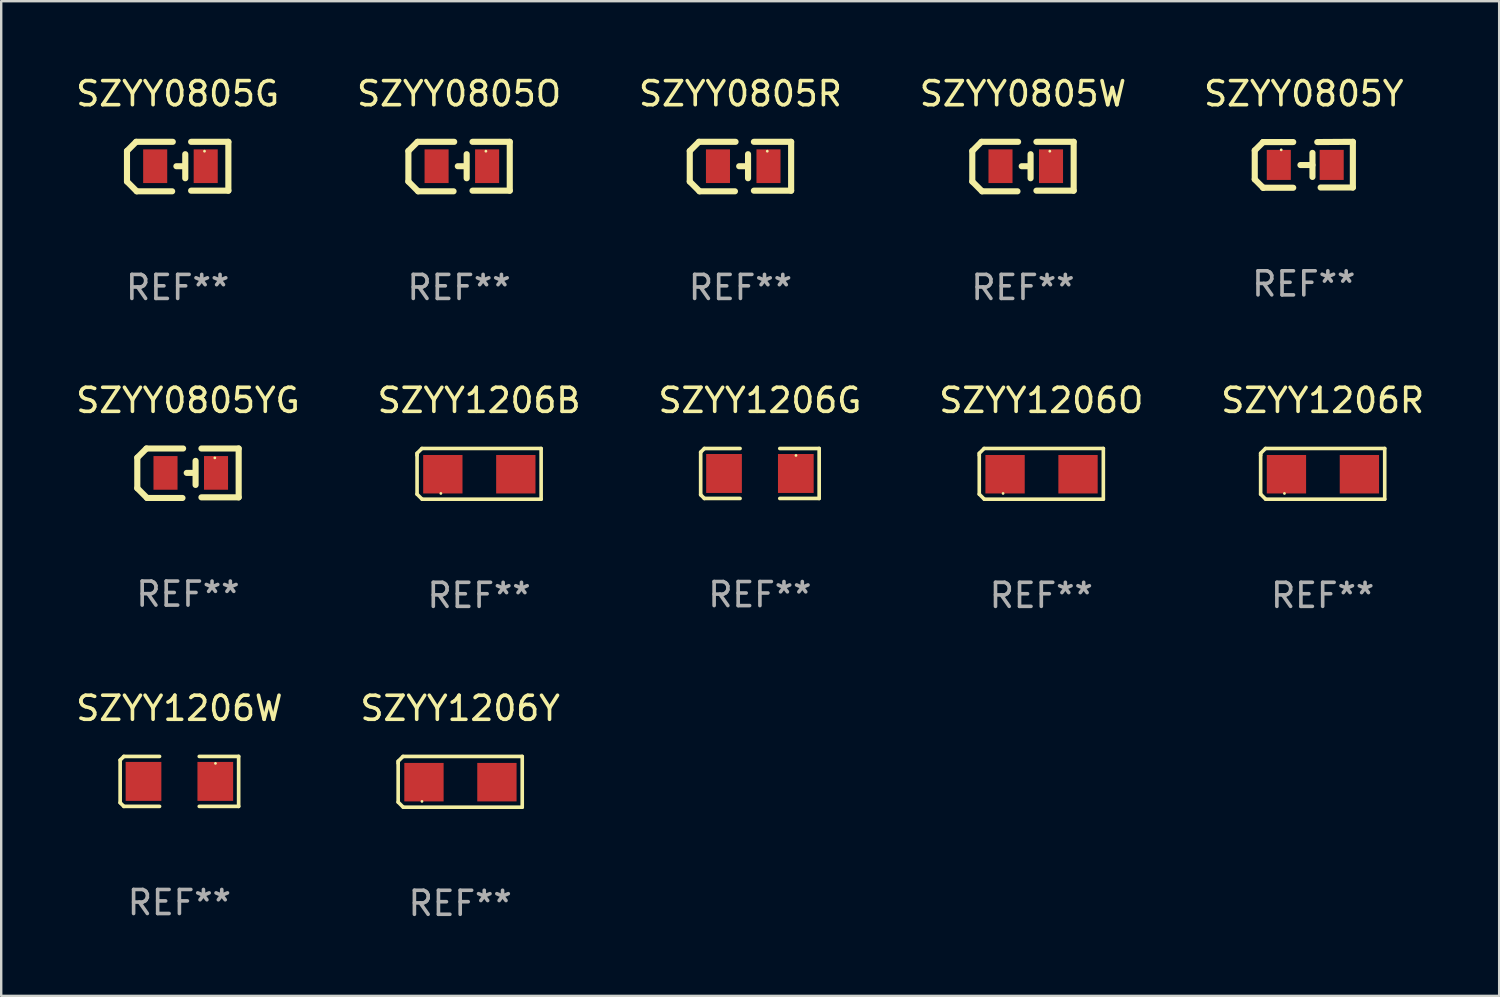
<source format=kicad_pcb>
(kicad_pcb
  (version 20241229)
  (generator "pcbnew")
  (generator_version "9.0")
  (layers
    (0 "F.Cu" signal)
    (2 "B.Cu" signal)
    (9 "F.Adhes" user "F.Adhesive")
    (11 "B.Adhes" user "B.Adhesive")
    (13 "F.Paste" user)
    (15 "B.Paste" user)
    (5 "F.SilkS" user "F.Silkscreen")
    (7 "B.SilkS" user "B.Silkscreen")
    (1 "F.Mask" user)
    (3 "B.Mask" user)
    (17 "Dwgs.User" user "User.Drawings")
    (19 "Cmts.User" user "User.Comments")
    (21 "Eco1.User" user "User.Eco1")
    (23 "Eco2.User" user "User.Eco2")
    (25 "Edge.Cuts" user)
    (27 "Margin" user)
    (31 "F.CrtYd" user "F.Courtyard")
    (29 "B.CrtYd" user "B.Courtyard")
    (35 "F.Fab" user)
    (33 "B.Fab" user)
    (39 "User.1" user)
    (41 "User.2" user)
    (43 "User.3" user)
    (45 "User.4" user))
  (footprint "SZYY1206B"
    (layer "F.Cu")
    (at 16.875 16.657)
    (property "Reference" "SZYY1206B" (at 0 -3.055 0) (layer "F.SilkS") (effects (font (size 1 1) (thickness 0.15))))
    (attr through_hole)
    (fp_line (start -2.58 -0.855) (end -2.38 -1.055) (stroke (width 0.15) (type solid)) (layer "F.SilkS"))
    (fp_line (start -2.58 -0.775) (end -2.58 -0.855) (stroke (width 0.15) (type solid)) (layer "F.SilkS"))
    (fp_line (start -2.58 -0.775) (end -2.58 0.845) (stroke (width 0.15) (type solid)) (layer "F.SilkS"))
    (fp_line (start -2.58 0.845) (end -2.37 1.055) (stroke (width 0.15) (type solid)) (layer "F.SilkS"))
    (fp_line (start -2.38 -1.055) (end 2.58 -1.055) (stroke (width 0.15) (type solid)) (layer "F.SilkS"))
    (fp_line (start 2.58 -1.055) (end 2.58 1.055) (stroke (width 0.15) (type solid)) (layer "F.SilkS"))
    (fp_line (start 2.58 1.055) (end -2.37 1.055) (stroke (width 0.15) (type solid)) (layer "F.SilkS"))
    (fp_circle (center -1.59 0.815) (end -1.56 0.815) (stroke (width 0.06) (type solid)) (fill no) (layer "F.SilkS"))
    (fp_text user "REF**" (at 0 5.055 0) (layer "F.Fab") (effects (font (size 1 1) (thickness 0.15))))
    (pad "1" smd rect (at -1.508 0.015) (size 1.635 1.6) (layers "F.Cu" "F.Mask" "F.Paste"))
    (pad "2" smd rect (at 1.527 0.015) (size 1.635 1.6) (layers "F.Cu" "F.Mask" "F.Paste")))
  (footprint "SZYY1206R"
    (layer "F.Cu")
    (at 51.958 16.657)
    (property "Reference" "SZYY1206R" (at 0 -3.055 0) (layer "F.SilkS") (effects (font (size 1 1) (thickness 0.15))))
    (attr through_hole)
    (fp_line (start -2.58 -0.855) (end -2.38 -1.055) (stroke (width 0.15) (type solid)) (layer "F.SilkS"))
    (fp_line (start -2.58 -0.775) (end -2.58 -0.855) (stroke (width 0.15) (type solid)) (layer "F.SilkS"))
    (fp_line (start -2.58 -0.775) (end -2.58 0.845) (stroke (width 0.15) (type solid)) (layer "F.SilkS"))
    (fp_line (start -2.58 0.845) (end -2.37 1.055) (stroke (width 0.15) (type solid)) (layer "F.SilkS"))
    (fp_line (start -2.38 -1.055) (end 2.58 -1.055) (stroke (width 0.15) (type solid)) (layer "F.SilkS"))
    (fp_line (start 2.58 -1.055) (end 2.58 1.055) (stroke (width 0.15) (type solid)) (layer "F.SilkS"))
    (fp_line (start 2.58 1.055) (end -2.37 1.055) (stroke (width 0.15) (type solid)) (layer "F.SilkS"))
    (fp_circle (center -1.59 0.815) (end -1.56 0.815) (stroke (width 0.06) (type solid)) (fill no) (layer "F.SilkS"))
    (fp_text user "REF**" (at 0 5.055 0) (layer "F.Fab") (effects (font (size 1 1) (thickness 0.15))))
    (pad "1" smd rect (at -1.507 0.015) (size 1.635 1.6) (layers "F.Cu" "F.Mask" "F.Paste"))
    (pad "2" smd rect (at 1.527 0.015) (size 1.635 1.6) (layers "F.Cu" "F.Mask" "F.Paste")))
  (footprint "SZYY0805Y"
    (layer "F.Cu")
    (at 51.173 3.803)
    (property "Reference" "SZYY0805Y" (at 0 -2.955 0) (layer "F.SilkS") (effects (font (size 1 1) (thickness 0.15))))
    (attr through_hole)
    (fp_line (start -2.04 -0.595) (end -2.04 0.605) (stroke (width 0.254) (type solid)) (layer "F.SilkS"))
    (fp_line (start -1.69 -0.945) (end -1.69 -0.945) (stroke (width 0.254) (type solid)) (layer "F.SilkS"))
    (fp_line (start -1.69 -0.945) (end -2.04 -0.595) (stroke (width 0.254) (type solid)) (layer "F.SilkS"))
    (fp_line (start -1.69 0.955) (end -2.04 0.605) (stroke (width 0.254) (type solid)) (layer "F.SilkS"))
    (fp_line (start -1.69 0.955) (end -1.69 0.955) (stroke (width 0.254) (type solid)) (layer "F.SilkS"))
    (fp_line (start -0.44 -0.945) (end -1.69 -0.945) (stroke (width 0.254) (type solid)) (layer "F.SilkS"))
    (fp_line (start -0.44 0.955) (end -1.69 0.955) (stroke (width 0.254) (type solid)) (layer "F.SilkS"))
    (fp_line (start 0.36 -0.495) (end 0.36 0.505) (stroke (width 0.254) (type solid)) (layer "F.SilkS"))
    (fp_line (start 0.36 0.01) (end -0.14 0.01) (stroke (width 0.254) (type solid)) (layer "F.SilkS"))
    (fp_line (start 0.56 -0.945) (end 2.04 -0.955) (stroke (width 0.254) (type solid)) (layer "F.SilkS"))
    (fp_line (start 0.7 0.945) (end 2.04 0.945) (stroke (width 0.254) (type solid)) (layer "F.SilkS"))
    (fp_line (start 2.04 -0.955) (end 2.04 0.945) (stroke (width 0.254) (type solid)) (layer "F.SilkS"))
    (fp_circle (center -0.94 -0.62) (end -0.91 -0.62) (stroke (width 0.06) (type solid)) (fill no) (layer "F.SilkS"))
    (fp_text user "REF**" (at 0 4.955 0) (layer "F.Fab") (effects (font (size 1 1) (thickness 0.15))))
    (pad "1" smd rect (at -1.04 0.005 180) (size 1 1.25) (layers "F.Cu" "F.Mask" "F.Paste"))
    (pad "2" smd rect (at 1.16 0.005 180) (size 1 1.25) (layers "F.Cu" "F.Mask" "F.Paste")))
  (footprint "SZYY1206Y"
    (layer "F.Cu")
    (at 16.089 29.464)
    (property "Reference" "SZYY1206Y" (at 0 -3.055 0) (layer "F.SilkS") (effects (font (size 1 1) (thickness 0.15))))
    (attr through_hole)
    (fp_line (start -2.58 -0.855) (end -2.38 -1.055) (stroke (width 0.15) (type solid)) (layer "F.SilkS"))
    (fp_line (start -2.58 -0.775) (end -2.58 -0.855) (stroke (width 0.15) (type solid)) (layer "F.SilkS"))
    (fp_line (start -2.58 -0.775) (end -2.58 0.845) (stroke (width 0.15) (type solid)) (layer "F.SilkS"))
    (fp_line (start -2.58 0.845) (end -2.37 1.055) (stroke (width 0.15) (type solid)) (layer "F.SilkS"))
    (fp_line (start -2.38 -1.055) (end 2.58 -1.055) (stroke (width 0.15) (type solid)) (layer "F.SilkS"))
    (fp_line (start 2.58 -1.055) (end 2.58 1.055) (stroke (width 0.15) (type solid)) (layer "F.SilkS"))
    (fp_line (start 2.58 1.055) (end -2.37 1.055) (stroke (width 0.15) (type solid)) (layer "F.SilkS"))
    (fp_circle (center -1.59 0.815) (end -1.56 0.815) (stroke (width 0.06) (type solid)) (fill no) (layer "F.SilkS"))
    (fp_text user "REF**" (at 0 5.055 0) (layer "F.Fab") (effects (font (size 1 1) (thickness 0.15))))
    (pad "1" smd rect (at -1.507 0.015) (size 1.635 1.6) (layers "F.Cu" "F.Mask" "F.Paste"))
    (pad "2" smd rect (at 1.527 0.015) (size 1.635 1.6) (layers "F.Cu" "F.Mask" "F.Paste")))
  (footprint "SZYY0805W"
    (layer "F.Cu")
    (at 39.494 3.877)
    (property "Reference" "SZYY0805W" (at 0 -3.029 0) (layer "F.SilkS") (effects (font (size 1 1) (thickness 0.15))))
    (attr through_hole)
    (fp_line (start -2.108 -0.648) (end -1.727 -1.029) (stroke (width 0.254) (type solid)) (layer "F.SilkS"))
    (fp_line (start -2.108 0.622) (end -2.108 -0.648) (stroke (width 0.254) (type solid)) (layer "F.SilkS"))
    (fp_line (start -1.727 -1.029) (end -0.203 -1.029) (stroke (width 0.254) (type solid)) (layer "F.SilkS"))
    (fp_line (start -1.702 1.029) (end -2.108 0.622) (stroke (width 0.254) (type solid)) (layer "F.SilkS"))
    (fp_line (start -0.229 1.029) (end -1.702 1.029) (stroke (width 0.254) (type solid)) (layer "F.SilkS"))
    (fp_line (start 0.216 -0.014) (end -0.053 -0.014) (stroke (width 0.254) (type solid)) (layer "F.SilkS"))
    (fp_line (start 0.316 -0.514) (end 0.316 0.486) (stroke (width 0.254) (type solid)) (layer "F.SilkS"))
    (fp_line (start 0.559 1.003) (end 2.108 1.003) (stroke (width 0.254) (type solid)) (layer "F.SilkS"))
    (fp_line (start 2.108 -1.029) (end 0.559 -1.029) (stroke (width 0.254) (type solid)) (layer "F.SilkS"))
    (fp_line (start 2.108 1.003) (end 2.108 -1.029) (stroke (width 0.254) (type solid)) (layer "F.SilkS"))
    (fp_circle (center 1.116 -0.639) (end 1.146 -0.639) (stroke (width 0.06) (type solid)) (fill no) (layer "F.SilkS"))
    (fp_text user "REF**" (at 0 5.029 0) (layer "F.Fab") (effects (font (size 1 1) (thickness 0.15))))
    (pad "1" smd rect (at 1.166 -0.014 180) (size 1 1.4) (layers "F.Cu" "F.Mask" "F.Paste"))
    (pad "2" smd rect (at -0.935 -0.014 180) (size 1 1.4) (layers "F.Cu" "F.Mask" "F.Paste")))
  (footprint "SZYY1206O"
    (layer "F.Cu")
    (at 40.256 16.657)
    (property "Reference" "SZYY1206O" (at 0 -3.055 0) (layer "F.SilkS") (effects (font (size 1 1) (thickness 0.15))))
    (attr through_hole)
    (fp_line (start -2.58 -0.855) (end -2.38 -1.055) (stroke (width 0.15) (type solid)) (layer "F.SilkS"))
    (fp_line (start -2.58 -0.775) (end -2.58 -0.855) (stroke (width 0.15) (type solid)) (layer "F.SilkS"))
    (fp_line (start -2.58 -0.775) (end -2.58 0.845) (stroke (width 0.15) (type solid)) (layer "F.SilkS"))
    (fp_line (start -2.58 0.845) (end -2.37 1.055) (stroke (width 0.15) (type solid)) (layer "F.SilkS"))
    (fp_line (start -2.38 -1.055) (end 2.58 -1.055) (stroke (width 0.15) (type solid)) (layer "F.SilkS"))
    (fp_line (start 2.58 -1.055) (end 2.58 1.055) (stroke (width 0.15) (type solid)) (layer "F.SilkS"))
    (fp_line (start 2.58 1.055) (end -2.37 1.055) (stroke (width 0.15) (type solid)) (layer "F.SilkS"))
    (fp_circle (center -1.59 0.815) (end -1.56 0.815) (stroke (width 0.06) (type solid)) (fill no) (layer "F.SilkS"))
    (fp_text user "REF**" (at 0 5.055 0) (layer "F.Fab") (effects (font (size 1 1) (thickness 0.15))))
    (pad "1" smd rect (at -1.507 0.015) (size 1.635 1.6) (layers "F.Cu" "F.Mask" "F.Paste"))
    (pad "2" smd rect (at 1.527 0.015) (size 1.635 1.6) (layers "F.Cu" "F.Mask" "F.Paste")))
  (footprint "SZYY0805YG"
    (layer "F.Cu")
    (at 4.768 16.631)
    (property "Reference" "SZYY0805YG" (at 0 -3.029 0) (layer "F.SilkS") (effects (font (size 1 1) (thickness 0.15))))
    (attr through_hole)
    (fp_line (start -2.108 -0.648) (end -1.727 -1.029) (stroke (width 0.254) (type solid)) (layer "F.SilkS"))
    (fp_line (start -2.108 0.622) (end -2.108 -0.648) (stroke (width 0.254) (type solid)) (layer "F.SilkS"))
    (fp_line (start -1.727 -1.029) (end -0.203 -1.029) (stroke (width 0.254) (type solid)) (layer "F.SilkS"))
    (fp_line (start -1.702 1.029) (end -2.108 0.622) (stroke (width 0.254) (type solid)) (layer "F.SilkS"))
    (fp_line (start -0.229 1.029) (end -1.702 1.029) (stroke (width 0.254) (type solid)) (layer "F.SilkS"))
    (fp_line (start 0.216 -0.014) (end -0.053 -0.014) (stroke (width 0.254) (type solid)) (layer "F.SilkS"))
    (fp_line (start 0.316 -0.514) (end 0.316 0.486) (stroke (width 0.254) (type solid)) (layer "F.SilkS"))
    (fp_line (start 0.559 1.003) (end 2.108 1.003) (stroke (width 0.254) (type solid)) (layer "F.SilkS"))
    (fp_line (start 2.108 -1.029) (end 0.559 -1.029) (stroke (width 0.254) (type solid)) (layer "F.SilkS"))
    (fp_line (start 2.108 1.003) (end 2.108 -1.029) (stroke (width 0.254) (type solid)) (layer "F.SilkS"))
    (fp_circle (center 1.116 -0.639) (end 1.146 -0.639) (stroke (width 0.06) (type solid)) (fill no) (layer "F.SilkS"))
    (fp_text user "REF**" (at 0 5.029 0) (layer "F.Fab") (effects (font (size 1 1) (thickness 0.15))))
    (pad "1" smd rect (at 1.166 -0.014 180) (size 1 1.4) (layers "F.Cu" "F.Mask" "F.Paste"))
    (pad "2" smd rect (at -0.935 -0.014 180) (size 1 1.4) (layers "F.Cu" "F.Mask" "F.Paste")))
  (footprint "SZYY0805O"
    (layer "F.Cu")
    (at 16.042 3.877)
    (property "Reference" "SZYY0805O" (at 0 -3.029 0) (layer "F.SilkS") (effects (font (size 1 1) (thickness 0.15))))
    (attr through_hole)
    (fp_line (start -2.108 -0.648) (end -1.727 -1.029) (stroke (width 0.254) (type solid)) (layer "F.SilkS"))
    (fp_line (start -2.108 0.622) (end -2.108 -0.648) (stroke (width 0.254) (type solid)) (layer "F.SilkS"))
    (fp_line (start -1.727 -1.029) (end -0.203 -1.029) (stroke (width 0.254) (type solid)) (layer "F.SilkS"))
    (fp_line (start -1.702 1.029) (end -2.108 0.622) (stroke (width 0.254) (type solid)) (layer "F.SilkS"))
    (fp_line (start -0.229 1.029) (end -1.702 1.029) (stroke (width 0.254) (type solid)) (layer "F.SilkS"))
    (fp_line (start 0.216 -0.014) (end -0.053 -0.014) (stroke (width 0.254) (type solid)) (layer "F.SilkS"))
    (fp_line (start 0.316 -0.514) (end 0.316 0.486) (stroke (width 0.254) (type solid)) (layer "F.SilkS"))
    (fp_line (start 0.559 1.003) (end 2.108 1.003) (stroke (width 0.254) (type solid)) (layer "F.SilkS"))
    (fp_line (start 2.108 -1.029) (end 0.559 -1.029) (stroke (width 0.254) (type solid)) (layer "F.SilkS"))
    (fp_line (start 2.108 1.003) (end 2.108 -1.029) (stroke (width 0.254) (type solid)) (layer "F.SilkS"))
    (fp_circle (center 1.116 -0.639) (end 1.146 -0.639) (stroke (width 0.06) (type solid)) (fill no) (layer "F.SilkS"))
    (fp_text user "REF**" (at 0 5.029 0) (layer "F.Fab") (effects (font (size 1 1) (thickness 0.15))))
    (pad "1" smd rect (at 1.166 -0.014 180) (size 1 1.4) (layers "F.Cu" "F.Mask" "F.Paste"))
    (pad "2" smd rect (at -0.935 -0.014 180) (size 1 1.4) (layers "F.Cu" "F.Mask" "F.Paste")))
  (footprint "SZYY0805G"
    (layer "F.Cu")
    (at 4.339 3.877)
    (property "Reference" "SZYY0805G" (at 0 -3.029 0) (layer "F.SilkS") (effects (font (size 1 1) (thickness 0.15))))
    (attr through_hole)
    (fp_line (start -2.108 -0.648) (end -1.727 -1.029) (stroke (width 0.254) (type solid)) (layer "F.SilkS"))
    (fp_line (start -2.108 0.622) (end -2.108 -0.648) (stroke (width 0.254) (type solid)) (layer "F.SilkS"))
    (fp_line (start -1.727 -1.029) (end -0.203 -1.029) (stroke (width 0.254) (type solid)) (layer "F.SilkS"))
    (fp_line (start -1.702 1.029) (end -2.108 0.622) (stroke (width 0.254) (type solid)) (layer "F.SilkS"))
    (fp_line (start -0.229 1.029) (end -1.702 1.029) (stroke (width 0.254) (type solid)) (layer "F.SilkS"))
    (fp_line (start 0.216 -0.014) (end -0.053 -0.014) (stroke (width 0.254) (type solid)) (layer "F.SilkS"))
    (fp_line (start 0.316 -0.514) (end 0.316 0.486) (stroke (width 0.254) (type solid)) (layer "F.SilkS"))
    (fp_line (start 0.559 1.003) (end 2.108 1.003) (stroke (width 0.254) (type solid)) (layer "F.SilkS"))
    (fp_line (start 2.108 -1.029) (end 0.559 -1.029) (stroke (width 0.254) (type solid)) (layer "F.SilkS"))
    (fp_line (start 2.108 1.003) (end 2.108 -1.029) (stroke (width 0.254) (type solid)) (layer "F.SilkS"))
    (fp_circle (center 1.116 -0.639) (end 1.146 -0.639) (stroke (width 0.06) (type solid)) (fill no) (layer "F.SilkS"))
    (fp_text user "REF**" (at 0 5.029 0) (layer "F.Fab") (effects (font (size 1 1) (thickness 0.15))))
    (pad "1" smd rect (at 1.166 -0.014 180) (size 1 1.4) (layers "F.Cu" "F.Mask" "F.Paste"))
    (pad "2" smd rect (at -0.935 -0.014 180) (size 1 1.4) (layers "F.Cu" "F.Mask" "F.Paste")))
  (footprint "SZYY0805R"
    (layer "F.Cu")
    (at 27.744 3.877)
    (property "Reference" "SZYY0805R" (at 0 -3.029 0) (layer "F.SilkS") (effects (font (size 1 1) (thickness 0.15))))
    (attr through_hole)
    (fp_line (start -2.108 -0.648) (end -1.727 -1.029) (stroke (width 0.254) (type solid)) (layer "F.SilkS"))
    (fp_line (start -2.108 0.622) (end -2.108 -0.648) (stroke (width 0.254) (type solid)) (layer "F.SilkS"))
    (fp_line (start -1.727 -1.029) (end -0.203 -1.029) (stroke (width 0.254) (type solid)) (layer "F.SilkS"))
    (fp_line (start -1.702 1.029) (end -2.108 0.622) (stroke (width 0.254) (type solid)) (layer "F.SilkS"))
    (fp_line (start -0.229 1.029) (end -1.702 1.029) (stroke (width 0.254) (type solid)) (layer "F.SilkS"))
    (fp_line (start 0.216 -0.014) (end -0.053 -0.014) (stroke (width 0.254) (type solid)) (layer "F.SilkS"))
    (fp_line (start 0.316 -0.514) (end 0.316 0.486) (stroke (width 0.254) (type solid)) (layer "F.SilkS"))
    (fp_line (start 0.559 1.003) (end 2.108 1.003) (stroke (width 0.254) (type solid)) (layer "F.SilkS"))
    (fp_line (start 2.108 -1.029) (end 0.559 -1.029) (stroke (width 0.254) (type solid)) (layer "F.SilkS"))
    (fp_line (start 2.108 1.003) (end 2.108 -1.029) (stroke (width 0.254) (type solid)) (layer "F.SilkS"))
    (fp_circle (center 1.116 -0.639) (end 1.146 -0.639) (stroke (width 0.06) (type solid)) (fill no) (layer "F.SilkS"))
    (fp_text user "REF**" (at 0 5.029 0) (layer "F.Fab") (effects (font (size 1 1) (thickness 0.15))))
    (pad "1" smd rect (at 1.166 -0.014 180) (size 1 1.4) (layers "F.Cu" "F.Mask" "F.Paste"))
    (pad "2" smd rect (at -0.935 -0.014 180) (size 1 1.4) (layers "F.Cu" "F.Mask" "F.Paste")))
  (footprint "SZYY1206G"
    (layer "F.Cu")
    (at 28.554 16.641)
    (property "Reference" "SZYY1206G" (at 0 -3.039 0) (layer "F.SilkS") (effects (font (size 1 1) (thickness 0.15))))
    (attr through_hole)
    (fp_line (start -2.464 -0.886) (end -2.311 -1.039) (stroke (width 0.152) (type solid)) (layer "F.SilkS"))
    (fp_line (start -2.464 0.886) (end -2.464 -0.886) (stroke (width 0.152) (type solid)) (layer "F.SilkS"))
    (fp_line (start -2.311 -1.039) (end -0.826 -1.039) (stroke (width 0.152) (type solid)) (layer "F.SilkS"))
    (fp_line (start -2.311 1.039) (end -2.464 0.886) (stroke (width 0.152) (type solid)) (layer "F.SilkS"))
    (fp_line (start -0.826 1.039) (end -2.311 1.039) (stroke (width 0.152) (type solid)) (layer "F.SilkS"))
    (fp_line (start 0.826 1.039) (end 2.464 1.039) (stroke (width 0.152) (type solid)) (layer "F.SilkS"))
    (fp_line (start 2.464 -1.039) (end 0.826 -1.039) (stroke (width 0.152) (type solid)) (layer "F.SilkS"))
    (fp_line (start 2.464 1.039) (end 2.464 -1.039) (stroke (width 0.152) (type solid)) (layer "F.SilkS"))
    (fp_circle (center 1.5 -0.75) (end 1.53 -0.75) (stroke (width 0.06) (type solid)) (fill no) (layer "F.SilkS"))
    (fp_text user "REF**" (at 0 5.039 0) (layer "F.Fab") (effects (font (size 1 1) (thickness 0.15))))
    (pad "1" smd rect (at 1.493 0) (size 1.485 1.62) (layers "F.Cu" "F.Mask" "F.Paste"))
    (pad "2" smd rect (at -1.493 0) (size 1.485 1.62) (layers "F.Cu" "F.Mask" "F.Paste")))
  (footprint "SZYY1206W"
    (layer "F.Cu")
    (at 4.411 29.447)
    (property "Reference" "SZYY1206W" (at 0 -3.039 0) (layer "F.SilkS") (effects (font (size 1 1) (thickness 0.15))))
    (attr through_hole)
    (fp_line (start -2.464 -0.886) (end -2.311 -1.039) (stroke (width 0.152) (type solid)) (layer "F.SilkS"))
    (fp_line (start -2.464 0.886) (end -2.464 -0.886) (stroke (width 0.152) (type solid)) (layer "F.SilkS"))
    (fp_line (start -2.311 -1.039) (end -0.826 -1.039) (stroke (width 0.152) (type solid)) (layer "F.SilkS"))
    (fp_line (start -2.311 1.039) (end -2.464 0.886) (stroke (width 0.152) (type solid)) (layer "F.SilkS"))
    (fp_line (start -0.826 1.039) (end -2.311 1.039) (stroke (width 0.152) (type solid)) (layer "F.SilkS"))
    (fp_line (start 0.826 1.039) (end 2.464 1.039) (stroke (width 0.152) (type solid)) (layer "F.SilkS"))
    (fp_line (start 2.464 -1.039) (end 0.826 -1.039) (stroke (width 0.152) (type solid)) (layer "F.SilkS"))
    (fp_line (start 2.464 1.039) (end 2.464 -1.039) (stroke (width 0.152) (type solid)) (layer "F.SilkS"))
    (fp_circle (center 1.5 -0.75) (end 1.53 -0.75) (stroke (width 0.06) (type solid)) (fill no) (layer "F.SilkS"))
    (fp_text user "REF**" (at 0 5.039 0) (layer "F.Fab") (effects (font (size 1 1) (thickness 0.15))))
    (pad "1" smd rect (at 1.493 0) (size 1.485 1.62) (layers "F.Cu" "F.Mask" "F.Paste"))
    (pad "2" smd rect (at -1.493 0) (size 1.485 1.62) (layers "F.Cu" "F.Mask" "F.Paste")))
  (gr_rect
    (start -3 -3)
    (end 59.298 38.367)
    (stroke (width 0.1) (type default))
    (fill no)
    (layer "Edge.Cuts")))
</source>
